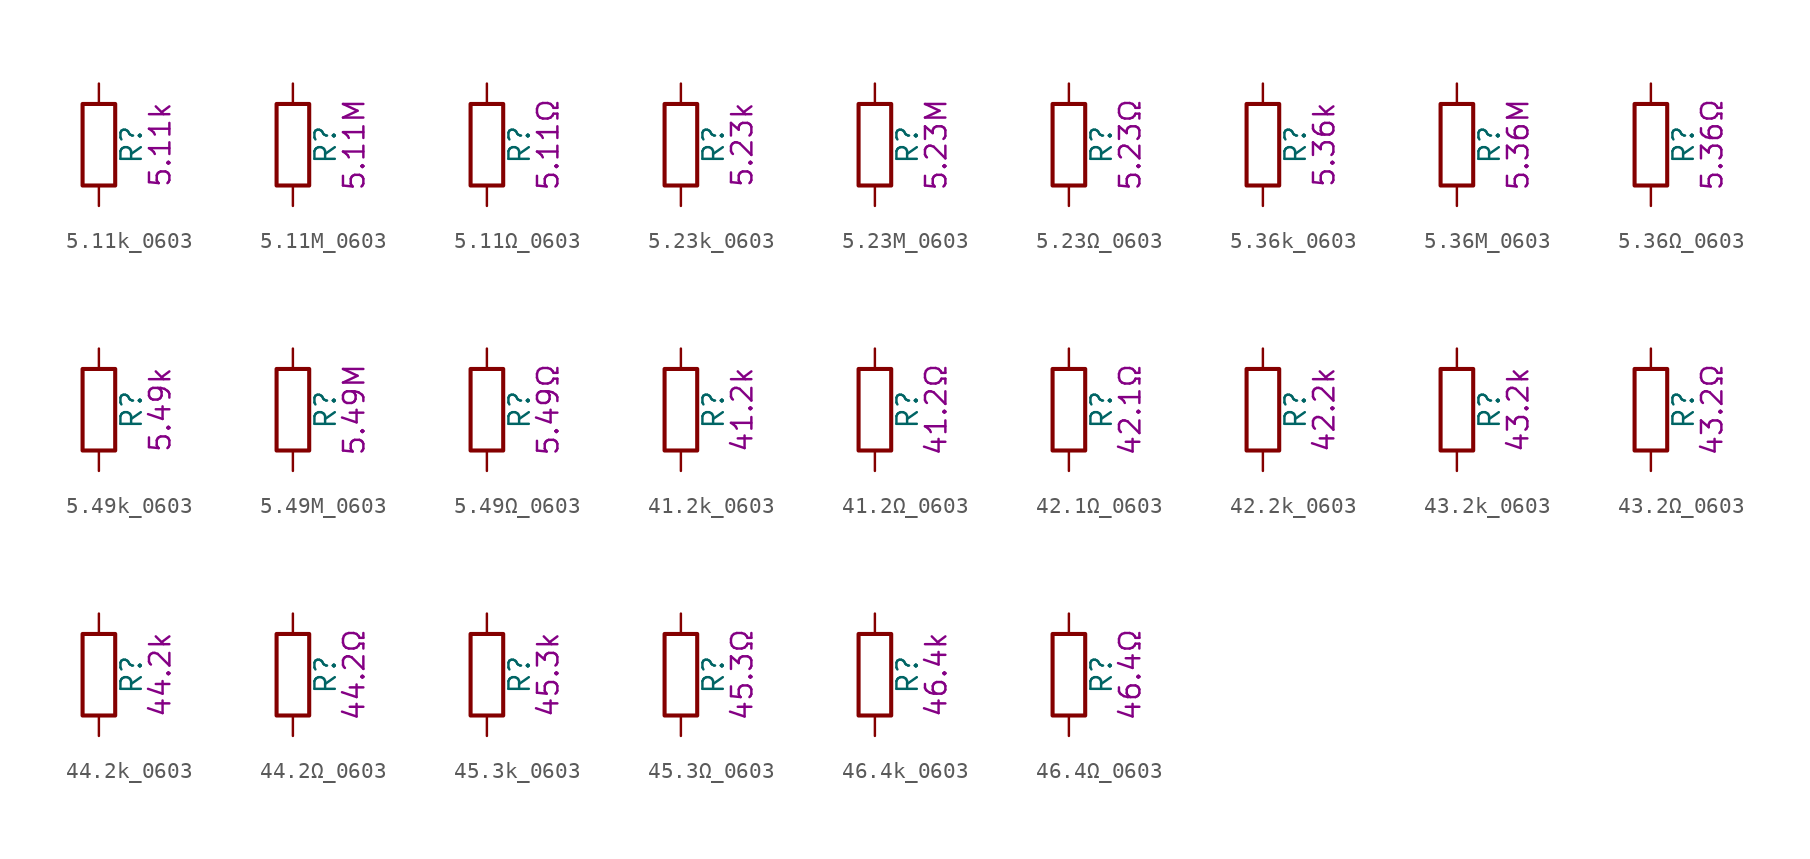
<source format=kicad_sym>
(kicad_symbol_lib
  (version 20211014)
  (generator kicad_symbol_editor)
  (symbol "5.11k_0603"
    (pin_numbers hide)
    (pin_names
      (offset 0))
    (property "Reference" "R"
      (at 2.032 0 90)
      (effects (font (size 1.27 1.27))))
    (property "Display" "5.11k"
      (at 3.81 0 90)
      (effects (font (size 1.27 1.27))))
    (symbol "5.11k_0603_0_1"
      (rectangle (start -1.016 -2.54) (end 1.016 2.54) (stroke (width 0.254) (type default) (color 0 0 0 0)) (fill (type none))))
    (symbol "5.11k_0603_1_1"
      (pin passive line (at 0 3.81 270) (length 1.27) (name "~" (effects (font (size 1.27 1.27)))) (number "1" (effects (font (size 1.27 1.27)))))
      (pin passive line (at 0 -3.81 90) (length 1.27) (name "~" (effects (font (size 1.27 1.27)))) (number "2" (effects (font (size 1.27 1.27)))))))
  (symbol "5.11M_0603"
    (pin_numbers hide)
    (pin_names
      (offset 0))
    (property "Reference" "R"
      (at 2.032 0 90)
      (effects (font (size 1.27 1.27))))
    (property "Display" "5.11M"
      (at 3.81 0 90)
      (effects (font (size 1.27 1.27))))
    (symbol "5.11M_0603_0_1"
      (rectangle (start -1.016 -2.54) (end 1.016 2.54) (stroke (width 0.254) (type default) (color 0 0 0 0)) (fill (type none))))
    (symbol "5.11M_0603_1_1"
      (pin passive line (at 0 3.81 270) (length 1.27) (name "~" (effects (font (size 1.27 1.27)))) (number "1" (effects (font (size 1.27 1.27)))))
      (pin passive line (at 0 -3.81 90) (length 1.27) (name "~" (effects (font (size 1.27 1.27)))) (number "2" (effects (font (size 1.27 1.27)))))))
  (symbol "5.11Ω_0603"
    (pin_numbers hide)
    (pin_names
      (offset 0))
    (property "Reference" "R"
      (at 2.032 0 90)
      (effects (font (size 1.27 1.27))))
    (property "Display" "5.11Ω"
      (at 3.81 0 90)
      (effects (font (size 1.27 1.27))))
    (symbol "5.11Ω_0603_0_1"
      (rectangle (start -1.016 -2.54) (end 1.016 2.54) (stroke (width 0.254) (type default) (color 0 0 0 0)) (fill (type none))))
    (symbol "5.11Ω_0603_1_1"
      (pin passive line (at 0 3.81 270) (length 1.27) (name "~" (effects (font (size 1.27 1.27)))) (number "1" (effects (font (size 1.27 1.27)))))
      (pin passive line (at 0 -3.81 90) (length 1.27) (name "~" (effects (font (size 1.27 1.27)))) (number "2" (effects (font (size 1.27 1.27)))))))
  (symbol "5.23k_0603"
    (pin_numbers hide)
    (pin_names
      (offset 0))
    (property "Reference" "R"
      (at 2.032 0 90)
      (effects (font (size 1.27 1.27))))
    (property "Display" "5.23k"
      (at 3.81 0 90)
      (effects (font (size 1.27 1.27))))
    (symbol "5.23k_0603_0_1"
      (rectangle (start -1.016 -2.54) (end 1.016 2.54) (stroke (width 0.254) (type default) (color 0 0 0 0)) (fill (type none))))
    (symbol "5.23k_0603_1_1"
      (pin passive line (at 0 3.81 270) (length 1.27) (name "~" (effects (font (size 1.27 1.27)))) (number "1" (effects (font (size 1.27 1.27)))))
      (pin passive line (at 0 -3.81 90) (length 1.27) (name "~" (effects (font (size 1.27 1.27)))) (number "2" (effects (font (size 1.27 1.27)))))))
  (symbol "5.23M_0603"
    (pin_numbers hide)
    (pin_names
      (offset 0))
    (property "Reference" "R"
      (at 2.032 0 90)
      (effects (font (size 1.27 1.27))))
    (property "Display" "5.23M"
      (at 3.81 0 90)
      (effects (font (size 1.27 1.27))))
    (symbol "5.23M_0603_0_1"
      (rectangle (start -1.016 -2.54) (end 1.016 2.54) (stroke (width 0.254) (type default) (color 0 0 0 0)) (fill (type none))))
    (symbol "5.23M_0603_1_1"
      (pin passive line (at 0 3.81 270) (length 1.27) (name "~" (effects (font (size 1.27 1.27)))) (number "1" (effects (font (size 1.27 1.27)))))
      (pin passive line (at 0 -3.81 90) (length 1.27) (name "~" (effects (font (size 1.27 1.27)))) (number "2" (effects (font (size 1.27 1.27)))))))
  (symbol "5.23Ω_0603"
    (pin_numbers hide)
    (pin_names
      (offset 0))
    (property "Reference" "R"
      (at 2.032 0 90)
      (effects (font (size 1.27 1.27))))
    (property "Display" "5.23Ω"
      (at 3.81 0 90)
      (effects (font (size 1.27 1.27))))
    (symbol "5.23Ω_0603_0_1"
      (rectangle (start -1.016 -2.54) (end 1.016 2.54) (stroke (width 0.254) (type default) (color 0 0 0 0)) (fill (type none))))
    (symbol "5.23Ω_0603_1_1"
      (pin passive line (at 0 3.81 270) (length 1.27) (name "~" (effects (font (size 1.27 1.27)))) (number "1" (effects (font (size 1.27 1.27)))))
      (pin passive line (at 0 -3.81 90) (length 1.27) (name "~" (effects (font (size 1.27 1.27)))) (number "2" (effects (font (size 1.27 1.27)))))))
  (symbol "5.36k_0603"
    (pin_numbers hide)
    (pin_names
      (offset 0))
    (property "Reference" "R"
      (at 2.032 0 90)
      (effects (font (size 1.27 1.27))))
    (property "Display" "5.36k"
      (at 3.81 0 90)
      (effects (font (size 1.27 1.27))))
    (symbol "5.36k_0603_0_1"
      (rectangle (start -1.016 -2.54) (end 1.016 2.54) (stroke (width 0.254) (type default) (color 0 0 0 0)) (fill (type none))))
    (symbol "5.36k_0603_1_1"
      (pin passive line (at 0 3.81 270) (length 1.27) (name "~" (effects (font (size 1.27 1.27)))) (number "1" (effects (font (size 1.27 1.27)))))
      (pin passive line (at 0 -3.81 90) (length 1.27) (name "~" (effects (font (size 1.27 1.27)))) (number "2" (effects (font (size 1.27 1.27)))))))
  (symbol "5.36M_0603"
    (pin_numbers hide)
    (pin_names
      (offset 0))
    (property "Reference" "R"
      (at 2.032 0 90)
      (effects (font (size 1.27 1.27))))
    (property "Display" "5.36M"
      (at 3.81 0 90)
      (effects (font (size 1.27 1.27))))
    (symbol "5.36M_0603_0_1"
      (rectangle (start -1.016 -2.54) (end 1.016 2.54) (stroke (width 0.254) (type default) (color 0 0 0 0)) (fill (type none))))
    (symbol "5.36M_0603_1_1"
      (pin passive line (at 0 3.81 270) (length 1.27) (name "~" (effects (font (size 1.27 1.27)))) (number "1" (effects (font (size 1.27 1.27)))))
      (pin passive line (at 0 -3.81 90) (length 1.27) (name "~" (effects (font (size 1.27 1.27)))) (number "2" (effects (font (size 1.27 1.27)))))))
  (symbol "5.36Ω_0603"
    (pin_numbers hide)
    (pin_names
      (offset 0))
    (property "Reference" "R"
      (at 2.032 0 90)
      (effects (font (size 1.27 1.27))))
    (property "Display" "5.36Ω"
      (at 3.81 0 90)
      (effects (font (size 1.27 1.27))))
    (symbol "5.36Ω_0603_0_1"
      (rectangle (start -1.016 -2.54) (end 1.016 2.54) (stroke (width 0.254) (type default) (color 0 0 0 0)) (fill (type none))))
    (symbol "5.36Ω_0603_1_1"
      (pin passive line (at 0 3.81 270) (length 1.27) (name "~" (effects (font (size 1.27 1.27)))) (number "1" (effects (font (size 1.27 1.27)))))
      (pin passive line (at 0 -3.81 90) (length 1.27) (name "~" (effects (font (size 1.27 1.27)))) (number "2" (effects (font (size 1.27 1.27)))))))
  (symbol "5.49k_0603"
    (pin_numbers hide)
    (pin_names
      (offset 0))
    (property "Reference" "R"
      (at 2.032 0 90)
      (effects (font (size 1.27 1.27))))
    (property "Display" "5.49k"
      (at 3.81 0 90)
      (effects (font (size 1.27 1.27))))
    (symbol "5.49k_0603_0_1"
      (rectangle (start -1.016 -2.54) (end 1.016 2.54) (stroke (width 0.254) (type default) (color 0 0 0 0)) (fill (type none))))
    (symbol "5.49k_0603_1_1"
      (pin passive line (at 0 3.81 270) (length 1.27) (name "~" (effects (font (size 1.27 1.27)))) (number "1" (effects (font (size 1.27 1.27)))))
      (pin passive line (at 0 -3.81 90) (length 1.27) (name "~" (effects (font (size 1.27 1.27)))) (number "2" (effects (font (size 1.27 1.27)))))))
  (symbol "5.49M_0603"
    (pin_numbers hide)
    (pin_names
      (offset 0))
    (property "Reference" "R"
      (at 2.032 0 90)
      (effects (font (size 1.27 1.27))))
    (property "Display" "5.49M"
      (at 3.81 0 90)
      (effects (font (size 1.27 1.27))))
    (symbol "5.49M_0603_0_1"
      (rectangle (start -1.016 -2.54) (end 1.016 2.54) (stroke (width 0.254) (type default) (color 0 0 0 0)) (fill (type none))))
    (symbol "5.49M_0603_1_1"
      (pin passive line (at 0 3.81 270) (length 1.27) (name "~" (effects (font (size 1.27 1.27)))) (number "1" (effects (font (size 1.27 1.27)))))
      (pin passive line (at 0 -3.81 90) (length 1.27) (name "~" (effects (font (size 1.27 1.27)))) (number "2" (effects (font (size 1.27 1.27)))))))
  (symbol "5.49Ω_0603"
    (pin_numbers hide)
    (pin_names
      (offset 0))
    (property "Reference" "R"
      (at 2.032 0 90)
      (effects (font (size 1.27 1.27))))
    (property "Display" "5.49Ω"
      (at 3.81 0 90)
      (effects (font (size 1.27 1.27))))
    (symbol "5.49Ω_0603_0_1"
      (rectangle (start -1.016 -2.54) (end 1.016 2.54) (stroke (width 0.254) (type default) (color 0 0 0 0)) (fill (type none))))
    (symbol "5.49Ω_0603_1_1"
      (pin passive line (at 0 3.81 270) (length 1.27) (name "~" (effects (font (size 1.27 1.27)))) (number "1" (effects (font (size 1.27 1.27)))))
      (pin passive line (at 0 -3.81 90) (length 1.27) (name "~" (effects (font (size 1.27 1.27)))) (number "2" (effects (font (size 1.27 1.27)))))))
  (symbol "41.2k_0603"
    (pin_numbers hide)
    (pin_names
      (offset 0))
    (property "Reference" "R"
      (at 2.032 0 90)
      (effects (font (size 1.27 1.27))))
    (property "Display" "41.2k"
      (at 3.81 0 90)
      (effects (font (size 1.27 1.27))))
    (symbol "41.2k_0603_0_1"
      (rectangle (start -1.016 -2.54) (end 1.016 2.54) (stroke (width 0.254) (type default) (color 0 0 0 0)) (fill (type none))))
    (symbol "41.2k_0603_1_1"
      (pin passive line (at 0 3.81 270) (length 1.27) (name "~" (effects (font (size 1.27 1.27)))) (number "1" (effects (font (size 1.27 1.27)))))
      (pin passive line (at 0 -3.81 90) (length 1.27) (name "~" (effects (font (size 1.27 1.27)))) (number "2" (effects (font (size 1.27 1.27)))))))
  (symbol "41.2Ω_0603"
    (pin_numbers hide)
    (pin_names
      (offset 0))
    (property "Reference" "R"
      (at 2.032 0 90)
      (effects (font (size 1.27 1.27))))
    (property "Display" "41.2Ω"
      (at 3.81 0 90)
      (effects (font (size 1.27 1.27))))
    (symbol "41.2Ω_0603_0_1"
      (rectangle (start -1.016 -2.54) (end 1.016 2.54) (stroke (width 0.254) (type default) (color 0 0 0 0)) (fill (type none))))
    (symbol "41.2Ω_0603_1_1"
      (pin passive line (at 0 3.81 270) (length 1.27) (name "~" (effects (font (size 1.27 1.27)))) (number "1" (effects (font (size 1.27 1.27)))))
      (pin passive line (at 0 -3.81 90) (length 1.27) (name "~" (effects (font (size 1.27 1.27)))) (number "2" (effects (font (size 1.27 1.27)))))))
  (symbol "42.1Ω_0603"
    (pin_numbers hide)
    (pin_names
      (offset 0))
    (property "Reference" "R"
      (at 2.032 0 90)
      (effects (font (size 1.27 1.27))))
    (property "Display" "42.1Ω"
      (at 3.81 0 90)
      (effects (font (size 1.27 1.27))))
    (symbol "42.1Ω_0603_0_1"
      (rectangle (start -1.016 -2.54) (end 1.016 2.54) (stroke (width 0.254) (type default) (color 0 0 0 0)) (fill (type none))))
    (symbol "42.1Ω_0603_1_1"
      (pin passive line (at 0 3.81 270) (length 1.27) (name "~" (effects (font (size 1.27 1.27)))) (number "1" (effects (font (size 1.27 1.27)))))
      (pin passive line (at 0 -3.81 90) (length 1.27) (name "~" (effects (font (size 1.27 1.27)))) (number "2" (effects (font (size 1.27 1.27)))))))
  (symbol "42.2k_0603"
    (pin_numbers hide)
    (pin_names
      (offset 0))
    (property "Reference" "R"
      (at 2.032 0 90)
      (effects (font (size 1.27 1.27))))
    (property "Display" "42.2k"
      (at 3.81 0 90)
      (effects (font (size 1.27 1.27))))
    (symbol "42.2k_0603_0_1"
      (rectangle (start -1.016 -2.54) (end 1.016 2.54) (stroke (width 0.254) (type default) (color 0 0 0 0)) (fill (type none))))
    (symbol "42.2k_0603_1_1"
      (pin passive line (at 0 3.81 270) (length 1.27) (name "~" (effects (font (size 1.27 1.27)))) (number "1" (effects (font (size 1.27 1.27)))))
      (pin passive line (at 0 -3.81 90) (length 1.27) (name "~" (effects (font (size 1.27 1.27)))) (number "2" (effects (font (size 1.27 1.27)))))))
  (symbol "43.2k_0603"
    (pin_numbers hide)
    (pin_names
      (offset 0))
    (property "Reference" "R"
      (at 2.032 0 90)
      (effects (font (size 1.27 1.27))))
    (property "Display" "43.2k"
      (at 3.81 0 90)
      (effects (font (size 1.27 1.27))))
    (symbol "43.2k_0603_0_1"
      (rectangle (start -1.016 -2.54) (end 1.016 2.54) (stroke (width 0.254) (type default) (color 0 0 0 0)) (fill (type none))))
    (symbol "43.2k_0603_1_1"
      (pin passive line (at 0 3.81 270) (length 1.27) (name "~" (effects (font (size 1.27 1.27)))) (number "1" (effects (font (size 1.27 1.27)))))
      (pin passive line (at 0 -3.81 90) (length 1.27) (name "~" (effects (font (size 1.27 1.27)))) (number "2" (effects (font (size 1.27 1.27)))))))
  (symbol "43.2Ω_0603"
    (pin_numbers hide)
    (pin_names
      (offset 0))
    (property "Reference" "R"
      (at 2.032 0 90)
      (effects (font (size 1.27 1.27))))
    (property "Display" "43.2Ω"
      (at 3.81 0 90)
      (effects (font (size 1.27 1.27))))
    (symbol "43.2Ω_0603_0_1"
      (rectangle (start -1.016 -2.54) (end 1.016 2.54) (stroke (width 0.254) (type default) (color 0 0 0 0)) (fill (type none))))
    (symbol "43.2Ω_0603_1_1"
      (pin passive line (at 0 3.81 270) (length 1.27) (name "~" (effects (font (size 1.27 1.27)))) (number "1" (effects (font (size 1.27 1.27)))))
      (pin passive line (at 0 -3.81 90) (length 1.27) (name "~" (effects (font (size 1.27 1.27)))) (number "2" (effects (font (size 1.27 1.27)))))))
  (symbol "44.2k_0603"
    (pin_numbers hide)
    (pin_names
      (offset 0))
    (property "Reference" "R"
      (at 2.032 0 90)
      (effects (font (size 1.27 1.27))))
    (property "Display" "44.2k"
      (at 3.81 0 90)
      (effects (font (size 1.27 1.27))))
    (symbol "44.2k_0603_0_1"
      (rectangle (start -1.016 -2.54) (end 1.016 2.54) (stroke (width 0.254) (type default) (color 0 0 0 0)) (fill (type none))))
    (symbol "44.2k_0603_1_1"
      (pin passive line (at 0 3.81 270) (length 1.27) (name "~" (effects (font (size 1.27 1.27)))) (number "1" (effects (font (size 1.27 1.27)))))
      (pin passive line (at 0 -3.81 90) (length 1.27) (name "~" (effects (font (size 1.27 1.27)))) (number "2" (effects (font (size 1.27 1.27)))))))
  (symbol "44.2Ω_0603"
    (pin_numbers hide)
    (pin_names
      (offset 0))
    (property "Reference" "R"
      (at 2.032 0 90)
      (effects (font (size 1.27 1.27))))
    (property "Display" "44.2Ω"
      (at 3.81 0 90)
      (effects (font (size 1.27 1.27))))
    (symbol "44.2Ω_0603_0_1"
      (rectangle (start -1.016 -2.54) (end 1.016 2.54) (stroke (width 0.254) (type default) (color 0 0 0 0)) (fill (type none))))
    (symbol "44.2Ω_0603_1_1"
      (pin passive line (at 0 3.81 270) (length 1.27) (name "~" (effects (font (size 1.27 1.27)))) (number "1" (effects (font (size 1.27 1.27)))))
      (pin passive line (at 0 -3.81 90) (length 1.27) (name "~" (effects (font (size 1.27 1.27)))) (number "2" (effects (font (size 1.27 1.27)))))))
  (symbol "45.3k_0603"
    (pin_numbers hide)
    (pin_names
      (offset 0))
    (property "Reference" "R"
      (at 2.032 0 90)
      (effects (font (size 1.27 1.27))))
    (property "Display" "45.3k"
      (at 3.81 0 90)
      (effects (font (size 1.27 1.27))))
    (symbol "45.3k_0603_0_1"
      (rectangle (start -1.016 -2.54) (end 1.016 2.54) (stroke (width 0.254) (type default) (color 0 0 0 0)) (fill (type none))))
    (symbol "45.3k_0603_1_1"
      (pin passive line (at 0 3.81 270) (length 1.27) (name "~" (effects (font (size 1.27 1.27)))) (number "1" (effects (font (size 1.27 1.27)))))
      (pin passive line (at 0 -3.81 90) (length 1.27) (name "~" (effects (font (size 1.27 1.27)))) (number "2" (effects (font (size 1.27 1.27)))))))
  (symbol "45.3Ω_0603"
    (pin_numbers hide)
    (pin_names
      (offset 0))
    (property "Reference" "R"
      (at 2.032 0 90)
      (effects (font (size 1.27 1.27))))
    (property "Display" "45.3Ω"
      (at 3.81 0 90)
      (effects (font (size 1.27 1.27))))
    (symbol "45.3Ω_0603_0_1"
      (rectangle (start -1.016 -2.54) (end 1.016 2.54) (stroke (width 0.254) (type default) (color 0 0 0 0)) (fill (type none))))
    (symbol "45.3Ω_0603_1_1"
      (pin passive line (at 0 3.81 270) (length 1.27) (name "~" (effects (font (size 1.27 1.27)))) (number "1" (effects (font (size 1.27 1.27)))))
      (pin passive line (at 0 -3.81 90) (length 1.27) (name "~" (effects (font (size 1.27 1.27)))) (number "2" (effects (font (size 1.27 1.27)))))))
  (symbol "46.4k_0603"
    (pin_numbers hide)
    (pin_names
      (offset 0))
    (property "Reference" "R"
      (at 2.032 0 90)
      (effects (font (size 1.27 1.27))))
    (property "Display" "46.4k"
      (at 3.81 0 90)
      (effects (font (size 1.27 1.27))))
    (symbol "46.4k_0603_0_1"
      (rectangle (start -1.016 -2.54) (end 1.016 2.54) (stroke (width 0.254) (type default) (color 0 0 0 0)) (fill (type none))))
    (symbol "46.4k_0603_1_1"
      (pin passive line (at 0 3.81 270) (length 1.27) (name "~" (effects (font (size 1.27 1.27)))) (number "1" (effects (font (size 1.27 1.27)))))
      (pin passive line (at 0 -3.81 90) (length 1.27) (name "~" (effects (font (size 1.27 1.27)))) (number "2" (effects (font (size 1.27 1.27)))))))
  (symbol "46.4Ω_0603"
    (pin_numbers hide)
    (pin_names
      (offset 0))
    (property "Reference" "R"
      (at 2.032 0 90)
      (effects (font (size 1.27 1.27))))
    (property "Display" "46.4Ω"
      (at 3.81 0 90)
      (effects (font (size 1.27 1.27))))
    (symbol "46.4Ω_0603_0_1"
      (rectangle (start -1.016 -2.54) (end 1.016 2.54) (stroke (width 0.254) (type default) (color 0 0 0 0)) (fill (type none))))
    (symbol "46.4Ω_0603_1_1"
      (pin passive line (at 0 3.81 270) (length 1.27) (name "~" (effects (font (size 1.27 1.27)))) (number "1" (effects (font (size 1.27 1.27)))))
      (pin passive line (at 0 -3.81 90) (length 1.27) (name "~" (effects (font (size 1.27 1.27)))) (number "2" (effects (font (size 1.27 1.27))))))))
</source>
